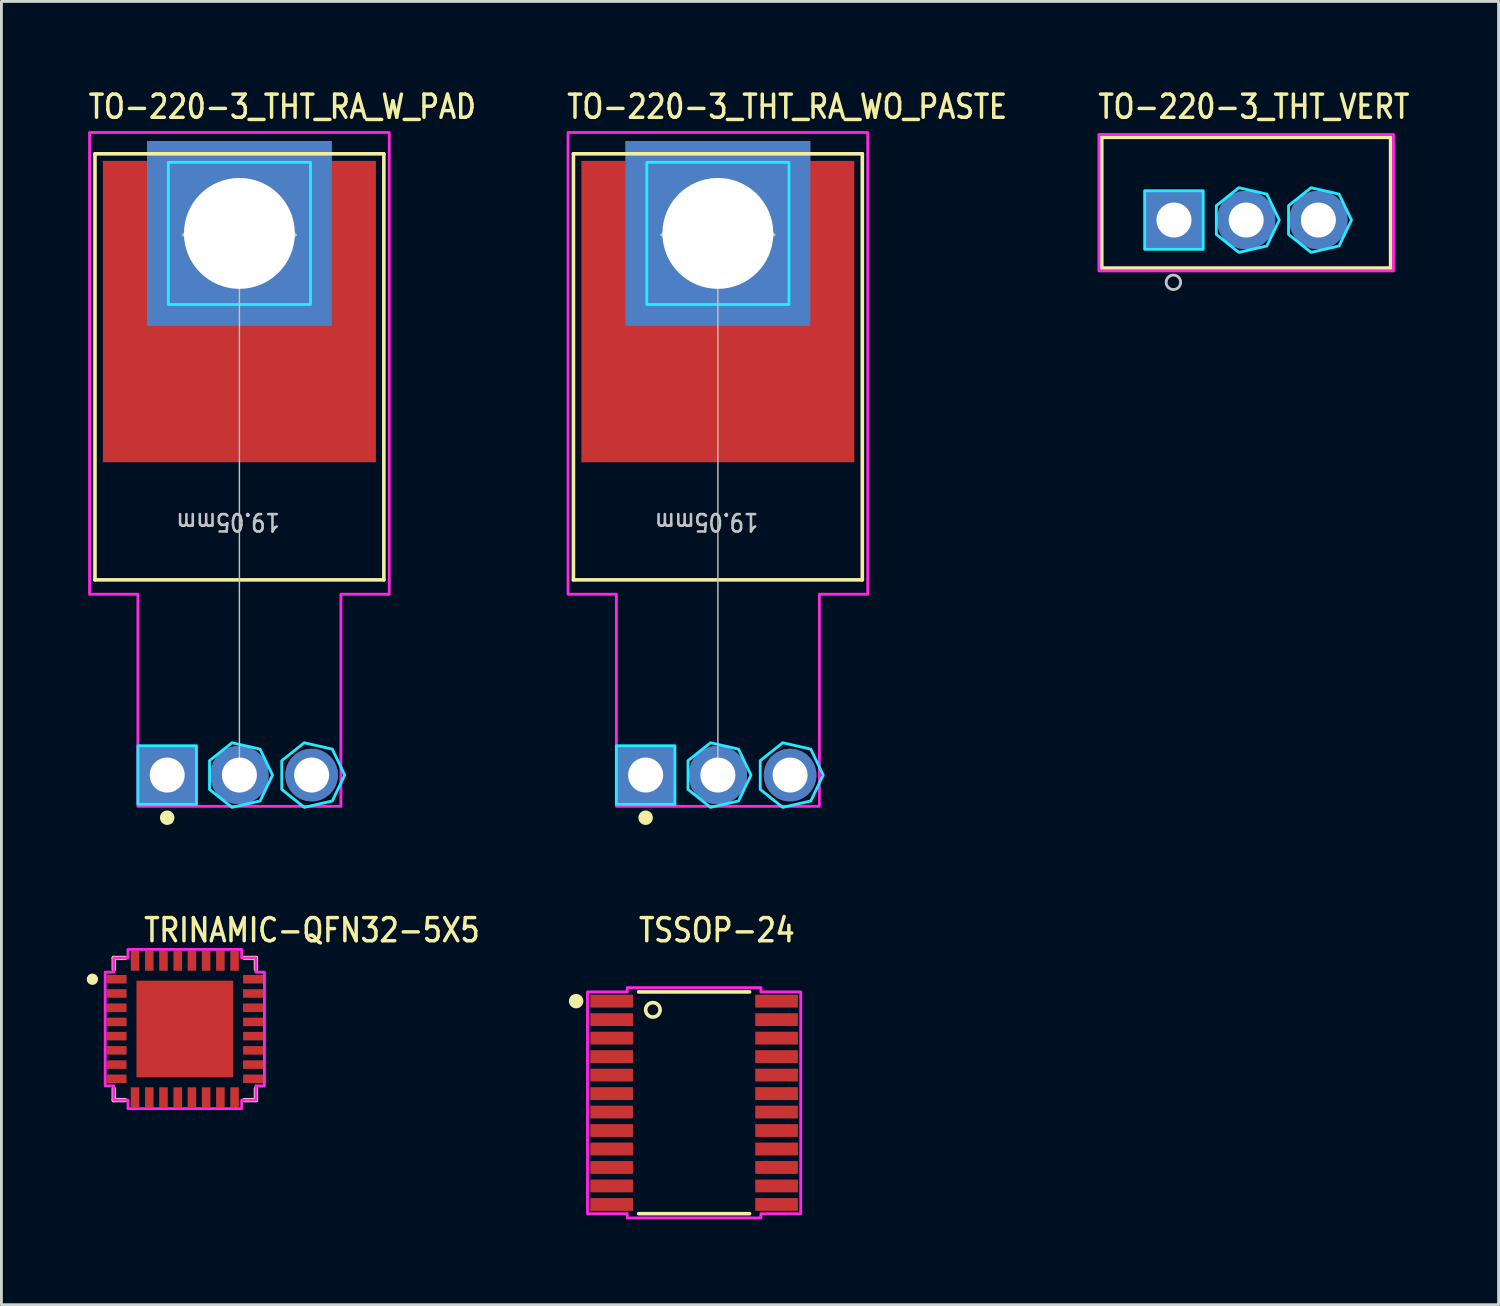
<source format=kicad_pcb>
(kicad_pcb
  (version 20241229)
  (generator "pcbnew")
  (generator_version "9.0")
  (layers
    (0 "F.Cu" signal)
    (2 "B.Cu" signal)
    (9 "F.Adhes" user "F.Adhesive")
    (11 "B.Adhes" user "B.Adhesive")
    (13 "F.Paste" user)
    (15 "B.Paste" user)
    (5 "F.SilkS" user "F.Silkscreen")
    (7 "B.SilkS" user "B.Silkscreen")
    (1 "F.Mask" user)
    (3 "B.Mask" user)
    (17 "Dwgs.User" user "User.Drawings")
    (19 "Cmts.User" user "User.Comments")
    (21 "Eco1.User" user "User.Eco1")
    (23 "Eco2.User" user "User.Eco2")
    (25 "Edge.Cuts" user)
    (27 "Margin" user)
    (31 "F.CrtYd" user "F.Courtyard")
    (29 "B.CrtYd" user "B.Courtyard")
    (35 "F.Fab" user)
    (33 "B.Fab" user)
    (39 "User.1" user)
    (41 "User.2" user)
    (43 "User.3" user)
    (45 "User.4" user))
  (footprint "TO-220-3_THT_RA_WO_PASTE"
    (layer "F.Cu")
    (at 22.198 24.209)
    (property "Reference" "TO-220-3_THT_RA_WO_PASTE" (at -5.37 -23.03 0) (unlocked yes) (layer "F.SilkS") (effects (font (size 0.813 0.695) (thickness 0.122)) (justify left bottom)))
    (fp_poly (pts (xy -4.8 -21.6) (xy 4.8 -21.6) (xy 4.8 -11) (xy -4.8 -11)) (stroke (width 0) (type solid)) (fill yes) (layer "F.Cu"))
    (fp_poly (pts (xy -4.9 -21.7) (xy 4.9 -21.7) (xy 4.9 -10.9) (xy -4.9 -10.9)) (stroke (width 0) (type solid)) (fill yes) (layer "F.Mask"))
    (fp_line (start -5.08 -21.85) (end 5.08 -21.85) (stroke (width 0.127) (type solid)) (layer "F.SilkS"))
    (fp_line (start -5.08 -6.865) (end -5.08 -21.85) (stroke (width 0.127) (type solid)) (layer "F.SilkS"))
    (fp_line (start 5.08 -21.85) (end 5.08 -6.865) (stroke (width 0.127) (type solid)) (layer "F.SilkS"))
    (fp_line (start 5.08 -6.865) (end -5.08 -6.865) (stroke (width 0.127) (type solid)) (layer "F.SilkS"))
    (fp_circle (center -2.54 1.5) (end -2.286 1.5) (stroke (width 0) (type solid)) (fill yes) (layer "F.SilkS"))
    (fp_line (start -2 -19) (end -1.8 -19.2) (stroke (width 0.05) (type solid)) (layer "Dwgs.User"))
    (fp_line (start -2 -19) (end -1.8 -18.8) (stroke (width 0.05) (type solid)) (layer "Dwgs.User"))
    (fp_line (start -2 -19) (end 2 -19) (stroke (width 0.05) (type solid)) (layer "Dwgs.User"))
    (fp_line (start 0 -19) (end -0.2 -18.7) (stroke (width 0.05) (type solid)) (layer "Dwgs.User"))
    (fp_line (start 0 -19) (end 0 0) (stroke (width 0.05) (type solid)) (layer "Dwgs.User"))
    (fp_line (start 0 -19) (end 0.2 -18.7) (stroke (width 0.05) (type solid)) (layer "Dwgs.User"))
    (fp_line (start 0 0) (end -0.2 -0.3) (stroke (width 0.05) (type solid)) (layer "Dwgs.User"))
    (fp_line (start 0 0) (end 0.2 -0.3) (stroke (width 0.05) (type solid)) (layer "Dwgs.User"))
    (fp_line (start 2 -19) (end 1.8 -19.2) (stroke (width 0.05) (type solid)) (layer "Dwgs.User"))
    (fp_line (start 2 -19) (end 1.8 -18.8) (stroke (width 0.05) (type solid)) (layer "Dwgs.User"))
    (fp_poly (pts (xy -3.57 -1.03) (xy -1.51 -1.03) (xy -1.51 1.03) (xy -3.57 1.03)) (stroke (width 0.1) (type solid)) (fill no) (layer "B.CrtYd"))
    (fp_poly (pts (xy -2.5 -21.55) (xy 2.5 -21.55) (xy 2.5 -16.55) (xy -2.5 -16.55)) (stroke (width 0.1) (type solid)) (fill no) (layer "B.CrtYd"))
    (fp_poly (pts (xy 1.165 0) (xy 0.727 -0.911) (xy -0.259 -1.136) (xy -1.05 -0.506) (xy -1.05 0.506) (xy -0.259 1.136) (xy 0.727 0.911)) (stroke (width 0.1) (type solid)) (fill no) (layer "B.CrtYd"))
    (fp_poly (pts (xy 3.705 0) (xy 3.267 -0.911) (xy 2.281 -1.136) (xy 1.49 -0.506) (xy 1.49 0.506) (xy 2.281 1.136) (xy 3.267 0.911)) (stroke (width 0.1) (type solid)) (fill no) (layer "B.CrtYd"))
    (fp_poly (pts (xy -5.27 -22.6) (xy 5.27 -22.6) (xy 5.27 -6.36) (xy 3.57 -6.36) (xy 3.57 1.1) (xy -3.57 1.1) (xy -3.57 -6.36) (xy -5.27 -6.36)) (stroke (width 0.1) (type solid)) (fill no) (layer "F.CrtYd"))
    (fp_text user "19.05mm" (at -0.4 -8.9 180) (unlocked yes) (layer "Dwgs.User") (effects (font (size 0.61 0.521) (thickness 0.091))))
    (fp_text user "⌀3.9mm" (at 0 -19.4 0) (unlocked yes) (layer "Dwgs.User") (effects (font (size 0.61 0.521) (thickness 0.091))))
    (pad "1" thru_hole rect (at -2.54 0) (size 2.05 2.05) (drill 1.23) (layers "*.Cu" "*.Mask"))
    (pad "1" thru_hole rect (at 0 -19.05) (size 6.5 6.5) (drill 3.9) (layers "*.Cu" "*.Mask"))
    (pad "2" thru_hole oval (at 0 0) (size 2.05 2.05) (drill 1.23) (layers "*.Cu" "*.Mask"))
    (pad "3" thru_hole oval (at 2.54 0) (size 1.85 1.85) (drill 1.23) (layers "*.Cu" "*.Mask")))
  (footprint "TO-220-3_THT_VERT"
    (layer "F.Cu")
    (at 40.779 4.689)
    (property "Reference" "TO-220-3_THT_VERT" (at -5.27 -3.51 0) (unlocked yes) (layer "F.SilkS") (effects (font (size 0.813 0.695) (thickness 0.122)) (justify left bottom)))
    (fp_line (start -5.08 -2.91) (end 5.08 -2.91) (stroke (width 0.127) (type solid)) (layer "F.SilkS"))
    (fp_line (start -5.08 1.69) (end -5.08 -2.91) (stroke (width 0.127) (type solid)) (layer "F.SilkS"))
    (fp_line (start 5.08 -2.91) (end 5.08 1.69) (stroke (width 0.127) (type solid)) (layer "F.SilkS"))
    (fp_line (start 5.08 1.69) (end -5.08 1.69) (stroke (width 0.127) (type solid)) (layer "F.SilkS"))
    (fp_circle (center -2.56 2.19) (end -2.306 2.19) (stroke (width 0.1) (type solid)) (fill no) (layer "Dwgs.User"))
    (fp_poly (pts (xy -3.57 -1.03) (xy -1.51 -1.03) (xy -1.51 1.03) (xy -3.57 1.03)) (stroke (width 0.1) (type solid)) (fill no) (layer "B.CrtYd"))
    (fp_poly (pts (xy 1.165 0) (xy 0.727 -0.911) (xy -0.259 -1.136) (xy -1.05 -0.506) (xy -1.05 0.506) (xy -0.259 1.136) (xy 0.727 0.911)) (stroke (width 0.1) (type solid)) (fill no) (layer "B.CrtYd"))
    (fp_poly (pts (xy 3.705 0) (xy 3.267 -0.911) (xy 2.281 -1.136) (xy 1.49 -0.506) (xy 1.49 0.506) (xy 2.281 1.136) (xy 3.267 0.911)) (stroke (width 0.1) (type solid)) (fill no) (layer "B.CrtYd"))
    (fp_poly (pts (xy -5.18 -3.01) (xy 5.18 -3.01) (xy 5.18 1.79) (xy -5.18 1.79)) (stroke (width 0.1) (type solid)) (fill no) (layer "F.CrtYd"))
    (pad "1" thru_hole rect (at -2.54 0) (size 2.05 2.05) (drill 1.23) (layers "*.Cu" "*.Mask"))
    (pad "2" thru_hole oval (at 0 0) (size 2.05 2.05) (drill 1.23) (layers "*.Cu" "*.Mask"))
    (pad "3" thru_hole oval (at 2.54 0) (size 2.05 2.05) (drill 1.23) (layers "*.Cu" "*.Mask")))
  (footprint "TO-220-3_THT_RA_W_PAD"
    (layer "F.Cu")
    (at 5.37 24.209)
    (property "Reference" "TO-220-3_THT_RA_W_PAD" (at -5.37 -23.03 0) (unlocked yes) (layer "F.SilkS") (effects (font (size 0.813 0.695) (thickness 0.122)) (justify left bottom)))
    (fp_poly (pts (xy -4.8 -21.6) (xy 4.8 -21.6) (xy 4.8 -11) (xy -4.8 -11)) (stroke (width 0) (type solid)) (fill yes) (layer "F.Cu"))
    (fp_poly (pts (xy -4.9 -21.7) (xy 4.9 -21.7) (xy 4.9 -10.9) (xy -4.9 -10.9)) (stroke (width 0) (type solid)) (fill yes) (layer "F.Mask"))
    (fp_line (start -5.08 -21.85) (end 5.08 -21.85) (stroke (width 0.127) (type solid)) (layer "F.SilkS"))
    (fp_line (start -5.08 -6.865) (end -5.08 -21.85) (stroke (width 0.127) (type solid)) (layer "F.SilkS"))
    (fp_line (start 5.08 -21.85) (end 5.08 -6.865) (stroke (width 0.127) (type solid)) (layer "F.SilkS"))
    (fp_line (start 5.08 -6.865) (end -5.08 -6.865) (stroke (width 0.127) (type solid)) (layer "F.SilkS"))
    (fp_circle (center -2.54 1.5) (end -2.286 1.5) (stroke (width 0) (type solid)) (fill yes) (layer "F.SilkS"))
    (fp_poly (pts (xy -4.5 -21.3) (xy -2.5 -21.3) (xy -2.5 -19.3) (xy -4.5 -19.3)) (stroke (width 0) (type solid)) (fill yes) (layer "F.Paste"))
    (fp_poly (pts (xy -4.5 -18.8) (xy -2.5 -18.8) (xy -2.5 -16.8) (xy -4.5 -16.8)) (stroke (width 0) (type solid)) (fill yes) (layer "F.Paste"))
    (fp_poly (pts (xy -4.5 -16.3) (xy -2.5 -16.3) (xy -2.5 -14.3) (xy -4.5 -14.3)) (stroke (width 0) (type solid)) (fill yes) (layer "F.Paste"))
    (fp_poly (pts (xy -4.5 -13.8) (xy -2.5 -13.8) (xy -2.5 -11.8) (xy -4.5 -11.8)) (stroke (width 0) (type solid)) (fill yes) (layer "F.Paste"))
    (fp_poly (pts (xy -2.2 -16.3) (xy -0.2 -16.3) (xy -0.2 -14.3) (xy -2.2 -14.3)) (stroke (width 0) (type solid)) (fill yes) (layer "F.Paste"))
    (fp_poly (pts (xy -2.2 -13.8) (xy -0.2 -13.8) (xy -0.2 -11.8) (xy -2.2 -11.8)) (stroke (width 0) (type solid)) (fill yes) (layer "F.Paste"))
    (fp_poly (pts (xy 0.2 -16.3) (xy 2.2 -16.3) (xy 2.2 -14.3) (xy 0.2 -14.3)) (stroke (width 0) (type solid)) (fill yes) (layer "F.Paste"))
    (fp_poly (pts (xy 0.2 -13.8) (xy 2.2 -13.8) (xy 2.2 -11.8) (xy 0.2 -11.8)) (stroke (width 0) (type solid)) (fill yes) (layer "F.Paste"))
    (fp_poly (pts (xy 2.5 -21.3) (xy 4.5 -21.3) (xy 4.5 -19.3) (xy 2.5 -19.3)) (stroke (width 0) (type solid)) (fill yes) (layer "F.Paste"))
    (fp_poly (pts (xy 2.5 -18.8) (xy 4.5 -18.8) (xy 4.5 -16.8) (xy 2.5 -16.8)) (stroke (width 0) (type solid)) (fill yes) (layer "F.Paste"))
    (fp_poly (pts (xy 2.5 -16.3) (xy 4.5 -16.3) (xy 4.5 -14.3) (xy 2.5 -14.3)) (stroke (width 0) (type solid)) (fill yes) (layer "F.Paste"))
    (fp_poly (pts (xy 2.5 -13.8) (xy 4.5 -13.8) (xy 4.5 -11.8) (xy 2.5 -11.8)) (stroke (width 0) (type solid)) (fill yes) (layer "F.Paste"))
    (fp_line (start -2 -19) (end -1.8 -19.2) (stroke (width 0.05) (type solid)) (layer "Dwgs.User"))
    (fp_line (start -2 -19) (end -1.8 -18.8) (stroke (width 0.05) (type solid)) (layer "Dwgs.User"))
    (fp_line (start -2 -19) (end 2 -19) (stroke (width 0.05) (type solid)) (layer "Dwgs.User"))
    (fp_line (start 0 -19) (end -0.2 -18.7) (stroke (width 0.05) (type solid)) (layer "Dwgs.User"))
    (fp_line (start 0 -19) (end 0 0) (stroke (width 0.05) (type solid)) (layer "Dwgs.User"))
    (fp_line (start 0 -19) (end 0.2 -18.7) (stroke (width 0.05) (type solid)) (layer "Dwgs.User"))
    (fp_line (start 0 0) (end -0.2 -0.3) (stroke (width 0.05) (type solid)) (layer "Dwgs.User"))
    (fp_line (start 0 0) (end 0.2 -0.3) (stroke (width 0.05) (type solid)) (layer "Dwgs.User"))
    (fp_line (start 2 -19) (end 1.8 -19.2) (stroke (width 0.05) (type solid)) (layer "Dwgs.User"))
    (fp_line (start 2 -19) (end 1.8 -18.8) (stroke (width 0.05) (type solid)) (layer "Dwgs.User"))
    (fp_poly (pts (xy -3.57 -1.03) (xy -1.51 -1.03) (xy -1.51 1.03) (xy -3.57 1.03)) (stroke (width 0.1) (type solid)) (fill no) (layer "B.CrtYd"))
    (fp_poly (pts (xy -2.5 -21.55) (xy 2.5 -21.55) (xy 2.5 -16.55) (xy -2.5 -16.55)) (stroke (width 0.1) (type solid)) (fill no) (layer "B.CrtYd"))
    (fp_poly (pts (xy 1.165 0) (xy 0.727 -0.911) (xy -0.259 -1.136) (xy -1.05 -0.506) (xy -1.05 0.506) (xy -0.259 1.136) (xy 0.727 0.911)) (stroke (width 0.1) (type solid)) (fill no) (layer "B.CrtYd"))
    (fp_poly (pts (xy 3.705 0) (xy 3.267 -0.911) (xy 2.281 -1.136) (xy 1.49 -0.506) (xy 1.49 0.506) (xy 2.281 1.136) (xy 3.267 0.911)) (stroke (width 0.1) (type solid)) (fill no) (layer "B.CrtYd"))
    (fp_poly (pts (xy -5.27 -22.6) (xy 5.27 -22.6) (xy 5.27 -6.36) (xy 3.57 -6.36) (xy 3.57 1.1) (xy -3.57 1.1) (xy -3.57 -6.36) (xy -5.27 -6.36)) (stroke (width 0.1) (type solid)) (fill no) (layer "F.CrtYd"))
    (fp_text user "19.05mm" (at -0.4 -8.9 180) (unlocked yes) (layer "Dwgs.User") (effects (font (size 0.61 0.521) (thickness 0.091))))
    (fp_text user "⌀3.9mm" (at 0 -19.4 0) (unlocked yes) (layer "Dwgs.User") (effects (font (size 0.61 0.521) (thickness 0.091))))
    (pad "1" thru_hole rect (at -2.54 0) (size 2.05 2.05) (drill 1.23) (layers "*.Cu" "*.Mask"))
    (pad "1" thru_hole rect (at 0 -19.05) (size 6.5 6.5) (drill 3.9) (layers "*.Cu" "*.Mask"))
    (pad "2" thru_hole oval (at 0 0) (size 2.05 2.05) (drill 1.23) (layers "*.Cu" "*.Mask"))
    (pad "3" thru_hole oval (at 2.54 0) (size 1.85 1.85) (drill 1.23) (layers "*.Cu" "*.Mask")))
  (footprint "TRINAMIC-QFN32-5X5"
    (layer "F.Cu")
    (at 3.45 33.141)
    (property "Reference" "TRINAMIC-QFN32-5X5" (at -1.5 -3 0) (unlocked yes) (layer "F.SilkS") (effects (font (size 0.813 0.695) (thickness 0.122)) (justify left bottom)))
    (fp_line (start -2.5 -2.5) (end -2.5 -2.099) (stroke (width 0.152) (type solid)) (layer "F.SilkS"))
    (fp_line (start -2.5 2.099) (end -2.5 2.5) (stroke (width 0.152) (type solid)) (layer "F.SilkS"))
    (fp_line (start -2.5 2.5) (end -2.099 2.5) (stroke (width 0.152) (type solid)) (layer "F.SilkS"))
    (fp_line (start -2.099 -2.5) (end -2.5 -2.5) (stroke (width 0.152) (type solid)) (layer "F.SilkS"))
    (fp_line (start 2.099 2.5) (end 2.5 2.5) (stroke (width 0.152) (type solid)) (layer "F.SilkS"))
    (fp_line (start 2.5 -2.5) (end 2.099 -2.5) (stroke (width 0.152) (type solid)) (layer "F.SilkS"))
    (fp_line (start 2.5 -2.099) (end 2.5 -2.5) (stroke (width 0.152) (type solid)) (layer "F.SilkS"))
    (fp_line (start 2.5 2.5) (end 2.5 2.099) (stroke (width 0.152) (type solid)) (layer "F.SilkS"))
    (fp_circle (center -3.25 -1.75) (end -3.15 -1.75) (stroke (width 0.2) (type solid)) (fill no) (layer "F.SilkS"))
    (fp_poly (pts (xy -2.5 -2.5) (xy -2 -2.5) (xy -2 -2.8) (xy 2 -2.8) (xy 2 -2.5) (xy 2.5 -2.5) (xy 2.5 -2) (xy 2.8 -2) (xy 2.8 2) (xy 2.5 2) (xy 2.5 2.5) (xy 2 2.5) (xy 2 2.8) (xy -2 2.8) (xy -2 2.5) (xy -2.5 2.5) (xy -2.5 2) (xy -2.8 2) (xy -2.8 -2) (xy -2.5 -2)) (stroke (width 0.1) (type solid)) (fill no) (layer "F.CrtYd"))
    (pad "1" smd rect (at -2.4 -1.75) (size 0.7 0.3) (layers "F.Cu" "F.Mask" "F.Paste"))
    (pad "2" smd rect (at -2.4 -1.25) (size 0.7 0.3) (layers "F.Cu" "F.Mask" "F.Paste"))
    (pad "3" smd rect (at -2.4 -0.75) (size 0.7 0.3) (layers "F.Cu" "F.Mask" "F.Paste"))
    (pad "4" smd rect (at -2.4 -0.25) (size 0.7 0.3) (layers "F.Cu" "F.Mask" "F.Paste"))
    (pad "5" smd rect (at -2.4 0.25) (size 0.7 0.3) (layers "F.Cu" "F.Mask" "F.Paste"))
    (pad "6" smd rect (at -2.4 0.75) (size 0.7 0.3) (layers "F.Cu" "F.Mask" "F.Paste"))
    (pad "7" smd rect (at -2.4 1.25) (size 0.7 0.3) (layers "F.Cu" "F.Mask" "F.Paste"))
    (pad "8" smd rect (at -2.4 1.75) (size 0.7 0.3) (layers "F.Cu" "F.Mask" "F.Paste"))
    (pad "9" smd rect (at -1.75 2.4 270) (size 0.7 0.3) (layers "F.Cu" "F.Mask" "F.Paste"))
    (pad "10" smd rect (at -1.25 2.4 270) (size 0.7 0.3) (layers "F.Cu" "F.Mask" "F.Paste"))
    (pad "11" smd rect (at -0.75 2.4 270) (size 0.7 0.3) (layers "F.Cu" "F.Mask" "F.Paste"))
    (pad "12" smd rect (at -0.25 2.4 270) (size 0.7 0.3) (layers "F.Cu" "F.Mask" "F.Paste"))
    (pad "13" smd rect (at 0.25 2.4 270) (size 0.7 0.3) (layers "F.Cu" "F.Mask" "F.Paste"))
    (pad "14" smd rect (at 0.75 2.4 270) (size 0.7 0.3) (layers "F.Cu" "F.Mask" "F.Paste"))
    (pad "15" smd rect (at 1.25 2.4 270) (size 0.7 0.3) (layers "F.Cu" "F.Mask" "F.Paste"))
    (pad "16" smd rect (at 1.75 2.4 270) (size 0.7 0.3) (layers "F.Cu" "F.Mask" "F.Paste"))
    (pad "17" smd rect (at 2.4 1.75 180) (size 0.7 0.3) (layers "F.Cu" "F.Mask" "F.Paste"))
    (pad "18" smd rect (at 2.4 1.25 180) (size 0.7 0.3) (layers "F.Cu" "F.Mask" "F.Paste"))
    (pad "19" smd rect (at 2.4 0.75 180) (size 0.7 0.3) (layers "F.Cu" "F.Mask" "F.Paste"))
    (pad "20" smd rect (at 2.4 0.25 180) (size 0.7 0.3) (layers "F.Cu" "F.Mask" "F.Paste"))
    (pad "21" smd rect (at 2.4 -0.25 180) (size 0.7 0.3) (layers "F.Cu" "F.Mask" "F.Paste"))
    (pad "22" smd rect (at 2.4 -0.75 180) (size 0.7 0.3) (layers "F.Cu" "F.Mask" "F.Paste"))
    (pad "23" smd rect (at 2.4 -1.25 180) (size 0.7 0.3) (layers "F.Cu" "F.Mask" "F.Paste"))
    (pad "24" smd rect (at 2.4 -1.75 180) (size 0.7 0.3) (layers "F.Cu" "F.Mask" "F.Paste"))
    (pad "25" smd rect (at 1.75 -2.4 90) (size 0.7 0.3) (layers "F.Cu" "F.Mask" "F.Paste"))
    (pad "26" smd rect (at 1.25 -2.4 90) (size 0.7 0.3) (layers "F.Cu" "F.Mask" "F.Paste"))
    (pad "27" smd rect (at 0.75 -2.4 90) (size 0.7 0.3) (layers "F.Cu" "F.Mask" "F.Paste"))
    (pad "28" smd rect (at 0.25 -2.4 90) (size 0.7 0.3) (layers "F.Cu" "F.Mask" "F.Paste"))
    (pad "29" smd rect (at -0.25 -2.4 90) (size 0.7 0.3) (layers "F.Cu" "F.Mask" "F.Paste"))
    (pad "30" smd rect (at -0.75 -2.4 90) (size 0.7 0.3) (layers "F.Cu" "F.Mask" "F.Paste"))
    (pad "31" smd rect (at -1.25 -2.4 90) (size 0.7 0.3) (layers "F.Cu" "F.Mask" "F.Paste"))
    (pad "32" smd rect (at -1.75 -2.4 90) (size 0.7 0.3) (layers "F.Cu" "F.Mask" "F.Paste"))
    (pad "33" smd rect (at 0 0) (size 3.4 3.4) (layers "F.Cu" "F.Mask" "F.Paste")))
  (footprint "TSSOP-24"
    (layer "F.Cu")
    (at 21.362 35.736)
    (property "Reference" "TSSOP-24" (at -2.01 -5.595 0) (unlocked yes) (layer "F.SilkS") (effects (font (size 0.813 0.695) (thickness 0.122)) (justify left bottom)))
    (fp_line (start -1.95 -3.9) (end 1.95 -3.9) (stroke (width 0.127) (type solid)) (layer "F.SilkS"))
    (fp_line (start -1.95 3.9) (end 1.95 3.9) (stroke (width 0.127) (type solid)) (layer "F.SilkS"))
    (fp_circle (center -4.15 -3.575) (end -3.896 -3.575) (stroke (width 0) (type solid)) (fill yes) (layer "F.SilkS"))
    (fp_circle (center -1.45 -3.27) (end -1.196 -3.27) (stroke (width 0.127) (type solid)) (fill no) (layer "F.SilkS"))
    (fp_poly (pts (xy 2.35 -4.05) (xy 2.35 -3.9) (xy 3.75 -3.9) (xy 3.75 3.9) (xy 2.35 3.9) (xy 2.35 4.05) (xy -2.35 4.05) (xy -2.35 3.9) (xy -3.75 3.9) (xy -3.75 -3.9) (xy -2.35 -3.9) (xy -2.35 -4.05)) (stroke (width 0.1) (type solid)) (fill no) (layer "F.CrtYd"))
    (pad "1" smd rect (at -2.9 -3.575) (size 1.5 0.45) (layers "F.Cu" "F.Mask" "F.Paste"))
    (pad "2" smd rect (at -2.9 -2.925) (size 1.5 0.45) (layers "F.Cu" "F.Mask" "F.Paste"))
    (pad "3" smd rect (at -2.9 -2.275) (size 1.5 0.45) (layers "F.Cu" "F.Mask" "F.Paste"))
    (pad "4" smd rect (at -2.9 -1.625) (size 1.5 0.45) (layers "F.Cu" "F.Mask" "F.Paste"))
    (pad "5" smd rect (at -2.9 -0.975) (size 1.5 0.45) (layers "F.Cu" "F.Mask" "F.Paste"))
    (pad "6" smd rect (at -2.9 -0.325) (size 1.5 0.45) (layers "F.Cu" "F.Mask" "F.Paste"))
    (pad "7" smd rect (at -2.9 0.325) (size 1.5 0.45) (layers "F.Cu" "F.Mask" "F.Paste"))
    (pad "8" smd rect (at -2.9 0.975) (size 1.5 0.45) (layers "F.Cu" "F.Mask" "F.Paste"))
    (pad "9" smd rect (at -2.9 1.625) (size 1.5 0.45) (layers "F.Cu" "F.Mask" "F.Paste"))
    (pad "10" smd rect (at -2.9 2.275) (size 1.5 0.45) (layers "F.Cu" "F.Mask" "F.Paste"))
    (pad "11" smd rect (at -2.9 2.925) (size 1.5 0.45) (layers "F.Cu" "F.Mask" "F.Paste"))
    (pad "12" smd rect (at -2.9 3.575) (size 1.5 0.45) (layers "F.Cu" "F.Mask" "F.Paste"))
    (pad "13" smd rect (at 2.9 3.575) (size 1.5 0.45) (layers "F.Cu" "F.Mask" "F.Paste"))
    (pad "14" smd rect (at 2.9 2.925) (size 1.5 0.45) (layers "F.Cu" "F.Mask" "F.Paste"))
    (pad "15" smd rect (at 2.9 2.275) (size 1.5 0.45) (layers "F.Cu" "F.Mask" "F.Paste"))
    (pad "16" smd rect (at 2.9 1.625) (size 1.5 0.45) (layers "F.Cu" "F.Mask" "F.Paste"))
    (pad "17" smd rect (at 2.9 0.975) (size 1.5 0.45) (layers "F.Cu" "F.Mask" "F.Paste"))
    (pad "18" smd rect (at 2.9 0.325) (size 1.5 0.45) (layers "F.Cu" "F.Mask" "F.Paste"))
    (pad "19" smd rect (at 2.9 -0.325) (size 1.5 0.45) (layers "F.Cu" "F.Mask" "F.Paste"))
    (pad "20" smd rect (at 2.9 -0.975) (size 1.5 0.45) (layers "F.Cu" "F.Mask" "F.Paste"))
    (pad "21" smd rect (at 2.9 -1.625) (size 1.5 0.45) (layers "F.Cu" "F.Mask" "F.Paste"))
    (pad "22" smd rect (at 2.9 -2.275) (size 1.5 0.45) (layers "F.Cu" "F.Mask" "F.Paste"))
    (pad "23" smd rect (at 2.9 -2.925) (size 1.5 0.45) (layers "F.Cu" "F.Mask" "F.Paste"))
    (pad "24" smd rect (at 2.9 -3.575) (size 1.5 0.45) (layers "F.Cu" "F.Mask" "F.Paste")))
  (gr_rect
    (start -3 -3)
    (end 49.656 42.836)
    (stroke (width 0.1) (type default))
    (fill no)
    (layer "Edge.Cuts")))
</source>
